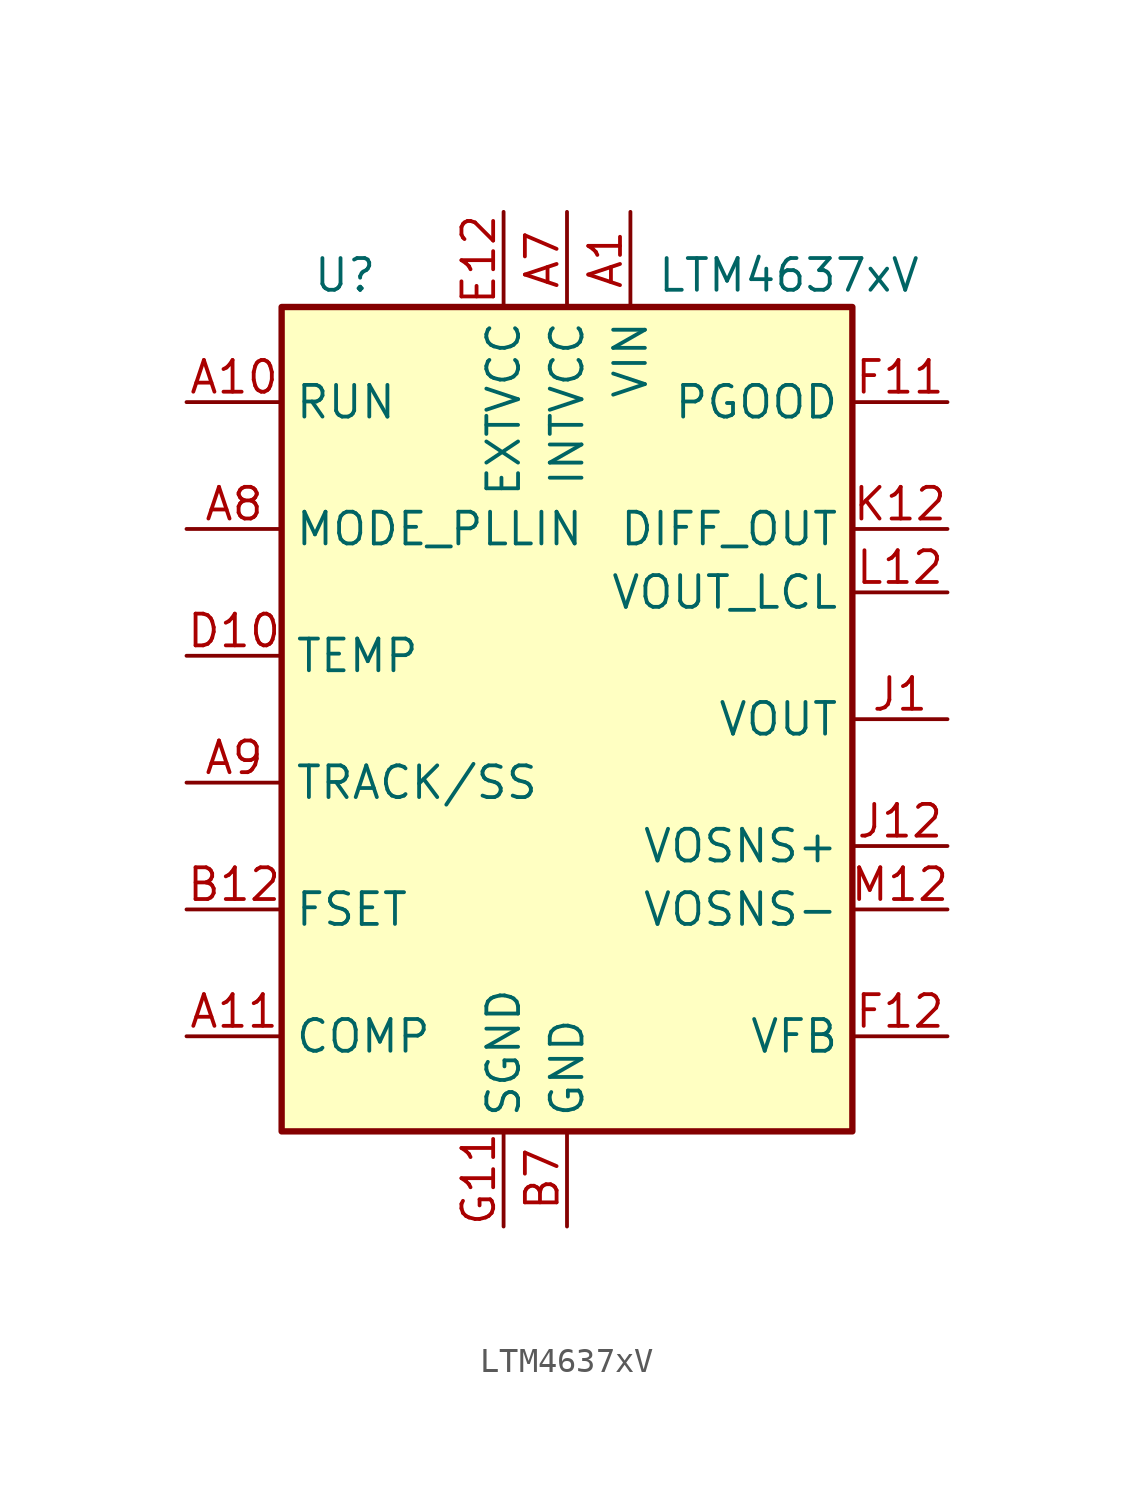
<source format=kicad_sym>
(kicad_symbol_lib
  (version 20201005)
  (generator kicad_symbol_editor)
  (symbol "Regulator_Switching:LTM4637xV"
    (property "Reference" "U"
      (at -8.89 17.78 0)
      (effects (font (size 1.27 1.27))))
    (property "Value" "LTM4637xV"
      (at 8.89 17.78 0)
      (effects (font (size 1.27 1.27))))
    (symbol "LTM4637xV_0_1"
      (rectangle (start 11.43 16.51) (end -11.43 -16.51) (stroke (width 0.254)) (fill (type background))))
    (symbol "LTM4637xV_1_1"
      (pin power_in line (at 2.54 20.32 270) (length 3.81) (name "VIN" (effects (font (size 1.27 1.27)))) (number "A1" (effects (font (size 1.27 1.27)))))
      (pin input line (at -15.24 12.7 0) (length 3.81) (name "RUN" (effects (font (size 1.27 1.27)))) (number "A10" (effects (font (size 1.27 1.27)))))
      (pin passive line (at -15.24 -12.7 0) (length 3.81) (name "COMP" (effects (font (size 1.27 1.27)))) (number "A11" (effects (font (size 1.27 1.27)))))
      (pin no_connect line (at -10.16 -15.24 90) (length 2.54) hide (name "MTP1" (effects (font (size 1.27 1.27)))) (number "A12" (effects (font (size 1.27 1.27)))))
      (pin passive line (at 2.54 20.32 270) (length 3.81) hide (name "VIN" (effects (font (size 1.27 1.27)))) (number "A2" (effects (font (size 1.27 1.27)))))
      (pin passive line (at 2.54 20.32 270) (length 3.81) hide (name "VIN" (effects (font (size 1.27 1.27)))) (number "A3" (effects (font (size 1.27 1.27)))))
      (pin passive line (at 2.54 20.32 270) (length 3.81) hide (name "VIN" (effects (font (size 1.27 1.27)))) (number "A4" (effects (font (size 1.27 1.27)))))
      (pin passive line (at 2.54 20.32 270) (length 3.81) hide (name "VIN" (effects (font (size 1.27 1.27)))) (number "A5" (effects (font (size 1.27 1.27)))))
      (pin passive line (at 2.54 20.32 270) (length 3.81) hide (name "VIN" (effects (font (size 1.27 1.27)))) (number "A6" (effects (font (size 1.27 1.27)))))
      (pin power_out line (at 0 20.32 270) (length 3.81) (name "INTVCC" (effects (font (size 1.27 1.27)))) (number "A7" (effects (font (size 1.27 1.27)))))
      (pin input line (at -15.24 7.62 0) (length 3.81) (name "MODE_PLLIN" (effects (font (size 1.27 1.27)))) (number "A8" (effects (font (size 1.27 1.27)))))
      (pin passive line (at -15.24 -2.54 0) (length 3.81) (name "TRACK/SS" (effects (font (size 1.27 1.27)))) (number "A9" (effects (font (size 1.27 1.27)))))
      (pin passive line (at 2.54 20.32 270) (length 3.81) hide (name "VIN" (effects (font (size 1.27 1.27)))) (number "B1" (effects (font (size 1.27 1.27)))))
      (pin no_connect line (at -7.62 -15.24 90) (length 2.54) hide (name "MTP2" (effects (font (size 1.27 1.27)))) (number "B11" (effects (font (size 1.27 1.27)))))
      (pin passive line (at -15.24 -7.62 0) (length 3.81) (name "FSET" (effects (font (size 1.27 1.27)))) (number "B12" (effects (font (size 1.27 1.27)))))
      (pin passive line (at 2.54 20.32 270) (length 3.81) hide (name "VIN" (effects (font (size 1.27 1.27)))) (number "B2" (effects (font (size 1.27 1.27)))))
      (pin passive line (at 2.54 20.32 270) (length 3.81) hide (name "VIN" (effects (font (size 1.27 1.27)))) (number "B3" (effects (font (size 1.27 1.27)))))
      (pin passive line (at 2.54 20.32 270) (length 3.81) hide (name "VIN" (effects (font (size 1.27 1.27)))) (number "B4" (effects (font (size 1.27 1.27)))))
      (pin passive line (at 2.54 20.32 270) (length 3.81) hide (name "VIN" (effects (font (size 1.27 1.27)))) (number "B5" (effects (font (size 1.27 1.27)))))
      (pin passive line (at 2.54 20.32 270) (length 3.81) hide (name "VIN" (effects (font (size 1.27 1.27)))) (number "B6" (effects (font (size 1.27 1.27)))))
      (pin power_in line (at 0 -20.32 90) (length 3.81) (name "GND" (effects (font (size 1.27 1.27)))) (number "B7" (effects (font (size 1.27 1.27)))))
      (pin passive line (at 0 -20.32 90) (length 3.81) hide (name "GND" (effects (font (size 1.27 1.27)))) (number "B9" (effects (font (size 1.27 1.27)))))
      (pin passive line (at 2.54 20.32 270) (length 3.81) hide (name "VIN" (effects (font (size 1.27 1.27)))) (number "C1" (effects (font (size 1.27 1.27)))))
      (pin no_connect line (at -5.08 -15.24 90) (length 2.54) hide (name "MTP3" (effects (font (size 1.27 1.27)))) (number "C10" (effects (font (size 1.27 1.27)))))
      (pin no_connect line (at 2.54 -15.24 90) (length 2.54) hide (name "MTP4" (effects (font (size 1.27 1.27)))) (number "C11" (effects (font (size 1.27 1.27)))))
      (pin no_connect line (at 5.08 -15.24 90) (length 2.54) hide (name "MTP5" (effects (font (size 1.27 1.27)))) (number "C12" (effects (font (size 1.27 1.27)))))
      (pin passive line (at 2.54 20.32 270) (length 3.81) hide (name "VIN" (effects (font (size 1.27 1.27)))) (number "C2" (effects (font (size 1.27 1.27)))))
      (pin passive line (at 2.54 20.32 270) (length 3.81) hide (name "VIN" (effects (font (size 1.27 1.27)))) (number "C3" (effects (font (size 1.27 1.27)))))
      (pin passive line (at 2.54 20.32 270) (length 3.81) hide (name "VIN" (effects (font (size 1.27 1.27)))) (number "C4" (effects (font (size 1.27 1.27)))))
      (pin passive line (at 2.54 20.32 270) (length 3.81) hide (name "VIN" (effects (font (size 1.27 1.27)))) (number "C5" (effects (font (size 1.27 1.27)))))
      (pin passive line (at 2.54 20.32 270) (length 3.81) hide (name "VIN" (effects (font (size 1.27 1.27)))) (number "C6" (effects (font (size 1.27 1.27)))))
      (pin passive line (at 0 -20.32 90) (length 3.81) hide (name "GND" (effects (font (size 1.27 1.27)))) (number "C7" (effects (font (size 1.27 1.27)))))
      (pin passive line (at 0 -20.32 90) (length 3.81) hide (name "GND" (effects (font (size 1.27 1.27)))) (number "C9" (effects (font (size 1.27 1.27)))))
      (pin passive line (at 0 -20.32 90) (length 3.81) hide (name "GND" (effects (font (size 1.27 1.27)))) (number "D1" (effects (font (size 1.27 1.27)))))
      (pin passive line (at -15.24 2.54 0) (length 3.81) (name "TEMP" (effects (font (size 1.27 1.27)))) (number "D10" (effects (font (size 1.27 1.27)))))
      (pin no_connect line (at 7.62 -15.24 90) (length 2.54) hide (name "MTP6" (effects (font (size 1.27 1.27)))) (number "D11" (effects (font (size 1.27 1.27)))))
      (pin no_connect line (at 10.16 -15.24 90) (length 2.54) hide (name "MTP7" (effects (font (size 1.27 1.27)))) (number "D12" (effects (font (size 1.27 1.27)))))
      (pin passive line (at 0 -20.32 90) (length 3.81) hide (name "GND" (effects (font (size 1.27 1.27)))) (number "D2" (effects (font (size 1.27 1.27)))))
      (pin passive line (at 0 -20.32 90) (length 3.81) hide (name "GND" (effects (font (size 1.27 1.27)))) (number "D3" (effects (font (size 1.27 1.27)))))
      (pin passive line (at 0 -20.32 90) (length 3.81) hide (name "GND" (effects (font (size 1.27 1.27)))) (number "D4" (effects (font (size 1.27 1.27)))))
      (pin passive line (at 0 -20.32 90) (length 3.81) hide (name "GND" (effects (font (size 1.27 1.27)))) (number "D5" (effects (font (size 1.27 1.27)))))
      (pin passive line (at 0 -20.32 90) (length 3.81) hide (name "GND" (effects (font (size 1.27 1.27)))) (number "D6" (effects (font (size 1.27 1.27)))))
      (pin passive line (at 0 -20.32 90) (length 3.81) hide (name "GND" (effects (font (size 1.27 1.27)))) (number "D8" (effects (font (size 1.27 1.27)))))
      (pin passive line (at 0 20.32 270) (length 3.81) hide (name "INTVCC" (effects (font (size 1.27 1.27)))) (number "D9" (effects (font (size 1.27 1.27)))))
      (pin passive line (at 0 -20.32 90) (length 3.81) hide (name "GND" (effects (font (size 1.27 1.27)))) (number "E1" (effects (font (size 1.27 1.27)))))
      (pin power_in line (at -2.54 20.32 270) (length 3.81) (name "EXTVCC" (effects (font (size 1.27 1.27)))) (number "E12" (effects (font (size 1.27 1.27)))))
      (pin passive line (at 0 -20.32 90) (length 3.81) hide (name "GND" (effects (font (size 1.27 1.27)))) (number "E2" (effects (font (size 1.27 1.27)))))
      (pin passive line (at 0 -20.32 90) (length 3.81) hide (name "GND" (effects (font (size 1.27 1.27)))) (number "E3" (effects (font (size 1.27 1.27)))))
      (pin passive line (at 0 -20.32 90) (length 3.81) hide (name "GND" (effects (font (size 1.27 1.27)))) (number "E4" (effects (font (size 1.27 1.27)))))
      (pin passive line (at 0 -20.32 90) (length 3.81) hide (name "GND" (effects (font (size 1.27 1.27)))) (number "E5" (effects (font (size 1.27 1.27)))))
      (pin passive line (at 0 -20.32 90) (length 3.81) hide (name "GND" (effects (font (size 1.27 1.27)))) (number "E6" (effects (font (size 1.27 1.27)))))
      (pin passive line (at 0 -20.32 90) (length 3.81) hide (name "GND" (effects (font (size 1.27 1.27)))) (number "E7" (effects (font (size 1.27 1.27)))))
      (pin passive line (at 0 -20.32 90) (length 3.81) hide (name "GND" (effects (font (size 1.27 1.27)))) (number "E9" (effects (font (size 1.27 1.27)))))
      (pin passive line (at 0 -20.32 90) (length 3.81) hide (name "GND" (effects (font (size 1.27 1.27)))) (number "F1" (effects (font (size 1.27 1.27)))))
      (pin open_collector line (at 15.24 12.7 180) (length 3.81) (name "PGOOD" (effects (font (size 1.27 1.27)))) (number "F11" (effects (font (size 1.27 1.27)))))
      (pin input line (at 15.24 -12.7 180) (length 3.81) (name "VFB" (effects (font (size 1.27 1.27)))) (number "F12" (effects (font (size 1.27 1.27)))))
      (pin passive line (at 0 -20.32 90) (length 3.81) hide (name "GND" (effects (font (size 1.27 1.27)))) (number "F2" (effects (font (size 1.27 1.27)))))
      (pin passive line (at 0 -20.32 90) (length 3.81) hide (name "GND" (effects (font (size 1.27 1.27)))) (number "F3" (effects (font (size 1.27 1.27)))))
      (pin passive line (at 0 -20.32 90) (length 3.81) hide (name "GND" (effects (font (size 1.27 1.27)))) (number "F4" (effects (font (size 1.27 1.27)))))
      (pin passive line (at 0 -20.32 90) (length 3.81) hide (name "GND" (effects (font (size 1.27 1.27)))) (number "F5" (effects (font (size 1.27 1.27)))))
      (pin passive line (at 0 -20.32 90) (length 3.81) hide (name "GND" (effects (font (size 1.27 1.27)))) (number "F6" (effects (font (size 1.27 1.27)))))
      (pin passive line (at 0 -20.32 90) (length 3.81) hide (name "GND" (effects (font (size 1.27 1.27)))) (number "F7" (effects (font (size 1.27 1.27)))))
      (pin passive line (at 0 -20.32 90) (length 3.81) hide (name "GND" (effects (font (size 1.27 1.27)))) (number "F8" (effects (font (size 1.27 1.27)))))
      (pin passive line (at 0 -20.32 90) (length 3.81) hide (name "GND" (effects (font (size 1.27 1.27)))) (number "F9" (effects (font (size 1.27 1.27)))))
      (pin passive line (at 0 -20.32 90) (length 3.81) hide (name "GND" (effects (font (size 1.27 1.27)))) (number "G1" (effects (font (size 1.27 1.27)))))
      (pin power_in line (at -2.54 -20.32 90) (length 3.81) (name "SGND" (effects (font (size 1.27 1.27)))) (number "G11" (effects (font (size 1.27 1.27)))))
      (pin open_collector line (at 15.24 12.7 180) (length 3.81) hide (name "PGOOD" (effects (font (size 1.27 1.27)))) (number "G12" (effects (font (size 1.27 1.27)))))
      (pin passive line (at 0 -20.32 90) (length 3.81) hide (name "GND" (effects (font (size 1.27 1.27)))) (number "G2" (effects (font (size 1.27 1.27)))))
      (pin passive line (at 0 -20.32 90) (length 3.81) hide (name "GND" (effects (font (size 1.27 1.27)))) (number "G3" (effects (font (size 1.27 1.27)))))
      (pin passive line (at 0 -20.32 90) (length 3.81) hide (name "GND" (effects (font (size 1.27 1.27)))) (number "G4" (effects (font (size 1.27 1.27)))))
      (pin passive line (at 0 -20.32 90) (length 3.81) hide (name "GND" (effects (font (size 1.27 1.27)))) (number "G5" (effects (font (size 1.27 1.27)))))
      (pin passive line (at 0 -20.32 90) (length 3.81) hide (name "GND" (effects (font (size 1.27 1.27)))) (number "G6" (effects (font (size 1.27 1.27)))))
      (pin passive line (at 0 -20.32 90) (length 3.81) hide (name "GND" (effects (font (size 1.27 1.27)))) (number "G7" (effects (font (size 1.27 1.27)))))
      (pin passive line (at 0 -20.32 90) (length 3.81) hide (name "GND" (effects (font (size 1.27 1.27)))) (number "G8" (effects (font (size 1.27 1.27)))))
      (pin passive line (at 0 -20.32 90) (length 3.81) hide (name "GND" (effects (font (size 1.27 1.27)))) (number "G9" (effects (font (size 1.27 1.27)))))
      (pin passive line (at 0 -20.32 90) (length 3.81) hide (name "GND" (effects (font (size 1.27 1.27)))) (number "H1" (effects (font (size 1.27 1.27)))))
      (pin passive line (at -2.54 -20.32 90) (length 3.81) hide (name "SGND" (effects (font (size 1.27 1.27)))) (number "H11" (effects (font (size 1.27 1.27)))))
      (pin passive line (at -2.54 -20.32 90) (length 3.81) hide (name "SGND" (effects (font (size 1.27 1.27)))) (number "H12" (effects (font (size 1.27 1.27)))))
      (pin passive line (at 0 -20.32 90) (length 3.81) hide (name "GND" (effects (font (size 1.27 1.27)))) (number "H2" (effects (font (size 1.27 1.27)))))
      (pin passive line (at 0 -20.32 90) (length 3.81) hide (name "GND" (effects (font (size 1.27 1.27)))) (number "H3" (effects (font (size 1.27 1.27)))))
      (pin passive line (at 0 -20.32 90) (length 3.81) hide (name "GND" (effects (font (size 1.27 1.27)))) (number "H4" (effects (font (size 1.27 1.27)))))
      (pin passive line (at 0 -20.32 90) (length 3.81) hide (name "GND" (effects (font (size 1.27 1.27)))) (number "H5" (effects (font (size 1.27 1.27)))))
      (pin passive line (at 0 -20.32 90) (length 3.81) hide (name "GND" (effects (font (size 1.27 1.27)))) (number "H6" (effects (font (size 1.27 1.27)))))
      (pin passive line (at 0 -20.32 90) (length 3.81) hide (name "GND" (effects (font (size 1.27 1.27)))) (number "H7" (effects (font (size 1.27 1.27)))))
      (pin passive line (at 0 -20.32 90) (length 3.81) hide (name "GND" (effects (font (size 1.27 1.27)))) (number "H8" (effects (font (size 1.27 1.27)))))
      (pin passive line (at 0 -20.32 90) (length 3.81) hide (name "GND" (effects (font (size 1.27 1.27)))) (number "H9" (effects (font (size 1.27 1.27)))))
      (pin power_out line (at 15.24 0 180) (length 3.81) (name "VOUT" (effects (font (size 1.27 1.27)))) (number "J1" (effects (font (size 1.27 1.27)))))
      (pin passive line (at 15.24 0 180) (length 3.81) hide (name "VOUT" (effects (font (size 1.27 1.27)))) (number "J10" (effects (font (size 1.27 1.27)))))
      (pin input line (at 15.24 -5.08 180) (length 3.81) (name "VOSNS+" (effects (font (size 1.27 1.27)))) (number "J12" (effects (font (size 1.27 1.27)))))
      (pin passive line (at 15.24 0 180) (length 3.81) hide (name "VOUT" (effects (font (size 1.27 1.27)))) (number "J2" (effects (font (size 1.27 1.27)))))
      (pin passive line (at 15.24 0 180) (length 3.81) hide (name "VOUT" (effects (font (size 1.27 1.27)))) (number "J3" (effects (font (size 1.27 1.27)))))
      (pin passive line (at 15.24 0 180) (length 3.81) hide (name "VOUT" (effects (font (size 1.27 1.27)))) (number "J4" (effects (font (size 1.27 1.27)))))
      (pin passive line (at 15.24 0 180) (length 3.81) hide (name "VOUT" (effects (font (size 1.27 1.27)))) (number "J5" (effects (font (size 1.27 1.27)))))
      (pin passive line (at 15.24 0 180) (length 3.81) hide (name "VOUT" (effects (font (size 1.27 1.27)))) (number "J6" (effects (font (size 1.27 1.27)))))
      (pin passive line (at 15.24 0 180) (length 3.81) hide (name "VOUT" (effects (font (size 1.27 1.27)))) (number "J7" (effects (font (size 1.27 1.27)))))
      (pin passive line (at 15.24 0 180) (length 3.81) hide (name "VOUT" (effects (font (size 1.27 1.27)))) (number "J8" (effects (font (size 1.27 1.27)))))
      (pin passive line (at 15.24 0 180) (length 3.81) hide (name "VOUT" (effects (font (size 1.27 1.27)))) (number "J9" (effects (font (size 1.27 1.27)))))
      (pin passive line (at 15.24 0 180) (length 3.81) hide (name "VOUT" (effects (font (size 1.27 1.27)))) (number "K1" (effects (font (size 1.27 1.27)))))
      (pin passive line (at 15.24 0 180) (length 3.81) hide (name "VOUT" (effects (font (size 1.27 1.27)))) (number "K10" (effects (font (size 1.27 1.27)))))
      (pin passive line (at 15.24 0 180) (length 3.81) hide (name "VOUT" (effects (font (size 1.27 1.27)))) (number "K11" (effects (font (size 1.27 1.27)))))
      (pin output line (at 15.24 7.62 180) (length 3.81) (name "DIFF_OUT" (effects (font (size 1.27 1.27)))) (number "K12" (effects (font (size 1.27 1.27)))))
      (pin passive line (at 15.24 0 180) (length 3.81) hide (name "VOUT" (effects (font (size 1.27 1.27)))) (number "K2" (effects (font (size 1.27 1.27)))))
      (pin passive line (at 15.24 0 180) (length 3.81) hide (name "VOUT" (effects (font (size 1.27 1.27)))) (number "K3" (effects (font (size 1.27 1.27)))))
      (pin passive line (at 15.24 0 180) (length 3.81) hide (name "VOUT" (effects (font (size 1.27 1.27)))) (number "K4" (effects (font (size 1.27 1.27)))))
      (pin passive line (at 15.24 0 180) (length 3.81) hide (name "VOUT" (effects (font (size 1.27 1.27)))) (number "K5" (effects (font (size 1.27 1.27)))))
      (pin passive line (at 15.24 0 180) (length 3.81) hide (name "VOUT" (effects (font (size 1.27 1.27)))) (number "K6" (effects (font (size 1.27 1.27)))))
      (pin passive line (at 15.24 0 180) (length 3.81) hide (name "VOUT" (effects (font (size 1.27 1.27)))) (number "K7" (effects (font (size 1.27 1.27)))))
      (pin passive line (at 15.24 0 180) (length 3.81) hide (name "VOUT" (effects (font (size 1.27 1.27)))) (number "K8" (effects (font (size 1.27 1.27)))))
      (pin passive line (at 15.24 0 180) (length 3.81) hide (name "VOUT" (effects (font (size 1.27 1.27)))) (number "K9" (effects (font (size 1.27 1.27)))))
      (pin passive line (at 15.24 0 180) (length 3.81) hide (name "VOUT" (effects (font (size 1.27 1.27)))) (number "L1" (effects (font (size 1.27 1.27)))))
      (pin passive line (at 15.24 0 180) (length 3.81) hide (name "VOUT" (effects (font (size 1.27 1.27)))) (number "L10" (effects (font (size 1.27 1.27)))))
      (pin passive line (at 15.24 0 180) (length 3.81) hide (name "VOUT" (effects (font (size 1.27 1.27)))) (number "L11" (effects (font (size 1.27 1.27)))))
      (pin input line (at 15.24 5.08 180) (length 3.81) (name "VOUT_LCL" (effects (font (size 1.27 1.27)))) (number "L12" (effects (font (size 1.27 1.27)))))
      (pin passive line (at 15.24 0 180) (length 3.81) hide (name "VOUT" (effects (font (size 1.27 1.27)))) (number "L2" (effects (font (size 1.27 1.27)))))
      (pin passive line (at 15.24 0 180) (length 3.81) hide (name "VOUT" (effects (font (size 1.27 1.27)))) (number "L3" (effects (font (size 1.27 1.27)))))
      (pin passive line (at 15.24 0 180) (length 3.81) hide (name "VOUT" (effects (font (size 1.27 1.27)))) (number "L4" (effects (font (size 1.27 1.27)))))
      (pin passive line (at 15.24 0 180) (length 3.81) hide (name "VOUT" (effects (font (size 1.27 1.27)))) (number "L5" (effects (font (size 1.27 1.27)))))
      (pin passive line (at 15.24 0 180) (length 3.81) hide (name "VOUT" (effects (font (size 1.27 1.27)))) (number "L6" (effects (font (size 1.27 1.27)))))
      (pin passive line (at 15.24 0 180) (length 3.81) hide (name "VOUT" (effects (font (size 1.27 1.27)))) (number "L7" (effects (font (size 1.27 1.27)))))
      (pin passive line (at 15.24 0 180) (length 3.81) hide (name "VOUT" (effects (font (size 1.27 1.27)))) (number "L8" (effects (font (size 1.27 1.27)))))
      (pin passive line (at 15.24 0 180) (length 3.81) hide (name "VOUT" (effects (font (size 1.27 1.27)))) (number "L9" (effects (font (size 1.27 1.27)))))
      (pin passive line (at 15.24 0 180) (length 3.81) hide (name "VOUT" (effects (font (size 1.27 1.27)))) (number "M1" (effects (font (size 1.27 1.27)))))
      (pin passive line (at 15.24 0 180) (length 3.81) hide (name "VOUT" (effects (font (size 1.27 1.27)))) (number "M10" (effects (font (size 1.27 1.27)))))
      (pin passive line (at 15.24 0 180) (length 3.81) hide (name "VOUT" (effects (font (size 1.27 1.27)))) (number "M11" (effects (font (size 1.27 1.27)))))
      (pin input line (at 15.24 -7.62 180) (length 3.81) (name "VOSNS-" (effects (font (size 1.27 1.27)))) (number "M12" (effects (font (size 1.27 1.27)))))
      (pin passive line (at 15.24 0 180) (length 3.81) hide (name "VOUT" (effects (font (size 1.27 1.27)))) (number "M2" (effects (font (size 1.27 1.27)))))
      (pin passive line (at 15.24 0 180) (length 3.81) hide (name "VOUT" (effects (font (size 1.27 1.27)))) (number "M3" (effects (font (size 1.27 1.27)))))
      (pin passive line (at 15.24 0 180) (length 3.81) hide (name "VOUT" (effects (font (size 1.27 1.27)))) (number "M4" (effects (font (size 1.27 1.27)))))
      (pin passive line (at 15.24 0 180) (length 3.81) hide (name "VOUT" (effects (font (size 1.27 1.27)))) (number "M5" (effects (font (size 1.27 1.27)))))
      (pin passive line (at 15.24 0 180) (length 3.81) hide (name "VOUT" (effects (font (size 1.27 1.27)))) (number "M6" (effects (font (size 1.27 1.27)))))
      (pin passive line (at 15.24 0 180) (length 3.81) hide (name "VOUT" (effects (font (size 1.27 1.27)))) (number "M7" (effects (font (size 1.27 1.27)))))
      (pin passive line (at 15.24 0 180) (length 3.81) hide (name "VOUT" (effects (font (size 1.27 1.27)))) (number "M8" (effects (font (size 1.27 1.27)))))
      (pin passive line (at 15.24 0 180) (length 3.81) hide (name "VOUT" (effects (font (size 1.27 1.27)))) (number "M9" (effects (font (size 1.27 1.27))))))))
</source>
